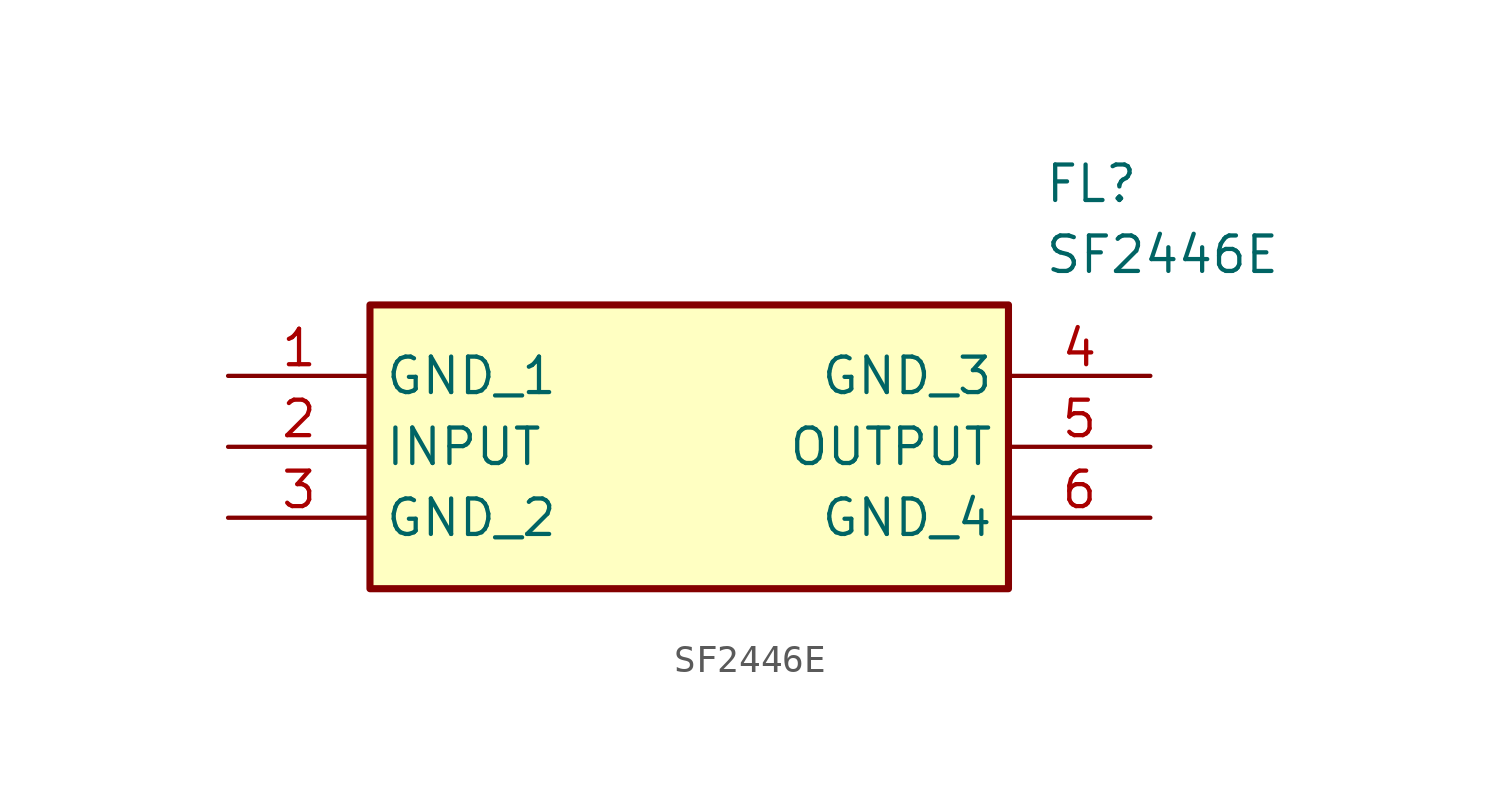
<source format=kicad_sym>
(kicad_symbol_lib
  (version 20211014)
  (generator SamacSys_ECAD_Model)
  (symbol "SF2446E"
    (property "Reference" "FL"
      (at 29.21 7.62 0)
      (effects (font (size 1.27 1.27)) (justify left top)))
    (property "Value" "SF2446E"
      (at 29.21 5.08 0)
      (effects (font (size 1.27 1.27)) (justify left top)))
    (rectangle
      (start 5.08 2.54)
      (end 27.94 -7.62)
      (stroke (width 0.254) (type default))
      (fill (type background)))
    (pin passive line
      (at 0 0 0)
      (length 5.08)
      (name "GND_1" (effects (font (size 1.27 1.27))))
      (number "1" (effects (font (size 1.27 1.27)))))
    (pin passive line
      (at 0 -2.54 0)
      (length 5.08)
      (name "INPUT" (effects (font (size 1.27 1.27))))
      (number "2" (effects (font (size 1.27 1.27)))))
    (pin passive line
      (at 0 -5.08 0)
      (length 5.08)
      (name "GND_2" (effects (font (size 1.27 1.27))))
      (number "3" (effects (font (size 1.27 1.27)))))
    (pin passive line
      (at 33.02 0 180)
      (length 5.08)
      (name "GND_3" (effects (font (size 1.27 1.27))))
      (number "4" (effects (font (size 1.27 1.27)))))
    (pin passive line
      (at 33.02 -2.54 180)
      (length 5.08)
      (name "OUTPUT" (effects (font (size 1.27 1.27))))
      (number "5" (effects (font (size 1.27 1.27)))))
    (pin passive line
      (at 33.02 -5.08 180)
      (length 5.08)
      (name "GND_4" (effects (font (size 1.27 1.27))))
      (number "6" (effects (font (size 1.27 1.27)))))))
</source>
